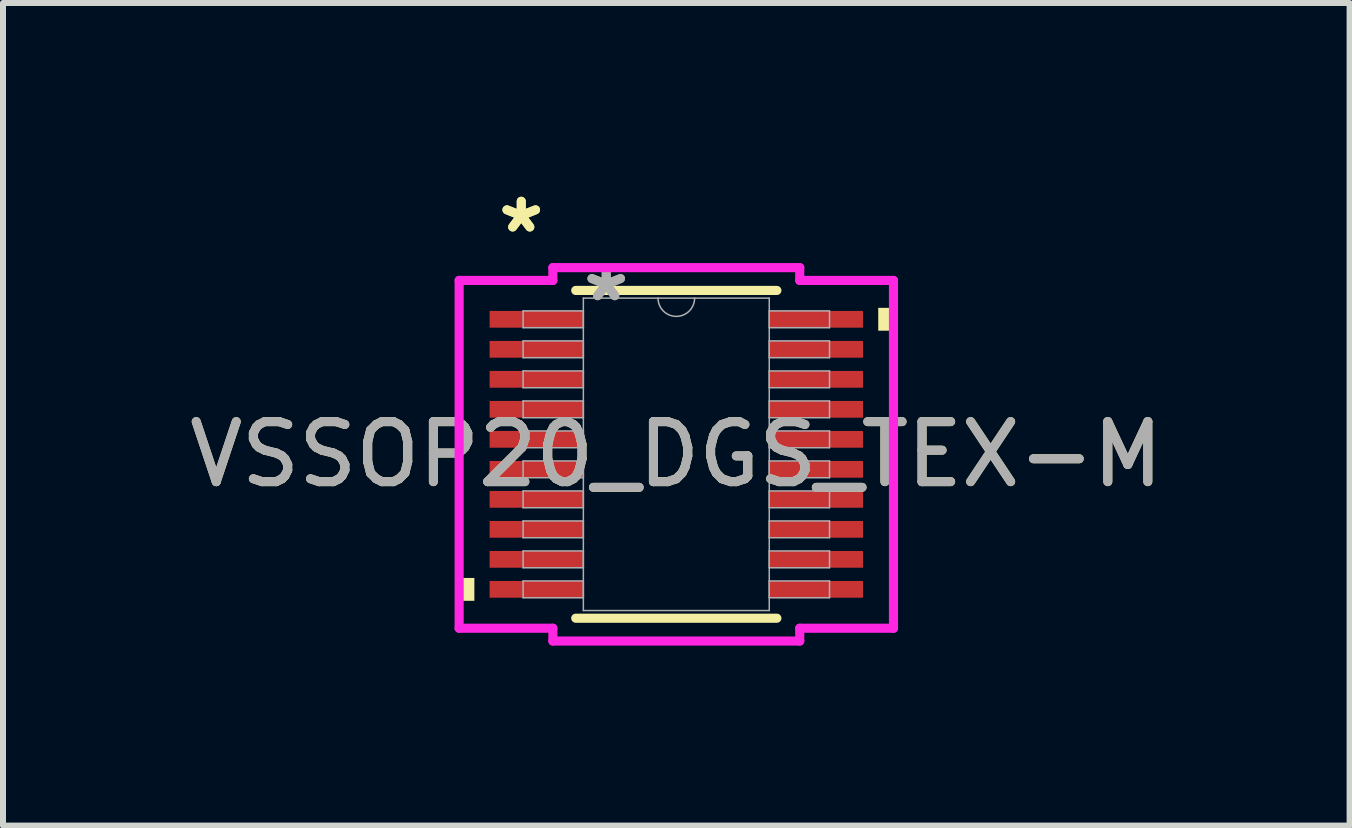
<source format=kicad_pcb>
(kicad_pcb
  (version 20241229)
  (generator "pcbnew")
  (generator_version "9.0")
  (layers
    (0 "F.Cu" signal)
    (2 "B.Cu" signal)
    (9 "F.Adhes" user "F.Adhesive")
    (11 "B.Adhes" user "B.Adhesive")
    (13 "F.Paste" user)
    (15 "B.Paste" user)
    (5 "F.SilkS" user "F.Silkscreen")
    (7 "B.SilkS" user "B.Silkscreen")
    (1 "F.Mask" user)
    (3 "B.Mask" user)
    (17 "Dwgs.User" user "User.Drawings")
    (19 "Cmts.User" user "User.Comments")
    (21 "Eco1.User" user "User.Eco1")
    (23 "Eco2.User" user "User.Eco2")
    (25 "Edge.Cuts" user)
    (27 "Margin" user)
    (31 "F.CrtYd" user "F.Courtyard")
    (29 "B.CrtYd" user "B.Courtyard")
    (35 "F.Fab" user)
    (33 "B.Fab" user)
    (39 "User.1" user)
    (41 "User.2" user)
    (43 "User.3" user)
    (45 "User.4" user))
  (footprint "VSSOP20_DGS_TEX-M"
    (layer "F.Cu")
    (at 8.22 4.521)
    (property "Reference" "VSSOP20_DGS_TEX-M" (at 0 0 0) (unlocked yes) (layer "F.SilkS") (effects (font (size 1 1) (thickness 0.15))))
    (attr smd)
    (fp_line (start -1.676 2.731) (end 1.676 2.731) (stroke (width 0.152) (type solid)) (layer "F.SilkS"))
    (fp_line (start 1.676 -2.731) (end -1.676 -2.731) (stroke (width 0.152) (type solid)) (layer "F.SilkS"))
    (fp_poly (pts (xy -3.619 2.06) (xy -3.619 2.441) (xy -3.365 2.441) (xy -3.365 2.06)) (stroke (width 0) (type solid)) (fill yes) (layer "F.SilkS"))
    (fp_poly (pts (xy 3.619 -2.441) (xy 3.619 -2.06) (xy 3.365 -2.06) (xy 3.365 -2.441)) (stroke (width 0) (type solid)) (fill yes) (layer "F.SilkS"))
    (fp_line (start -3.619 -2.898) (end -2.057 -2.898) (stroke (width 0.152) (type solid)) (layer "F.CrtYd"))
    (fp_line (start -3.619 2.898) (end -3.619 -2.898) (stroke (width 0.152) (type solid)) (layer "F.CrtYd"))
    (fp_line (start -3.619 2.898) (end -2.057 2.898) (stroke (width 0.152) (type solid)) (layer "F.CrtYd"))
    (fp_line (start -2.057 -3.111) (end 2.057 -3.111) (stroke (width 0.152) (type solid)) (layer "F.CrtYd"))
    (fp_line (start -2.057 -2.898) (end -2.057 -3.111) (stroke (width 0.152) (type solid)) (layer "F.CrtYd"))
    (fp_line (start -2.057 3.111) (end -2.057 2.898) (stroke (width 0.152) (type solid)) (layer "F.CrtYd"))
    (fp_line (start 2.057 -3.111) (end 2.057 -2.898) (stroke (width 0.152) (type solid)) (layer "F.CrtYd"))
    (fp_line (start 2.057 2.898) (end 2.057 3.111) (stroke (width 0.152) (type solid)) (layer "F.CrtYd"))
    (fp_line (start 2.057 3.111) (end -2.057 3.111) (stroke (width 0.152) (type solid)) (layer "F.CrtYd"))
    (fp_line (start 3.619 -2.898) (end 2.057 -2.898) (stroke (width 0.152) (type solid)) (layer "F.CrtYd"))
    (fp_line (start 3.619 -2.898) (end 3.619 2.898) (stroke (width 0.152) (type solid)) (layer "F.CrtYd"))
    (fp_line (start 3.619 2.898) (end 2.057 2.898) (stroke (width 0.152) (type solid)) (layer "F.CrtYd"))
    (fp_line (start -2.553 -2.39) (end -2.553 -2.11) (stroke (width 0.025) (type solid)) (layer "F.Fab"))
    (fp_line (start -2.553 -2.11) (end -1.549 -2.11) (stroke (width 0.025) (type solid)) (layer "F.Fab"))
    (fp_line (start -2.553 -1.89) (end -2.553 -1.61) (stroke (width 0.025) (type solid)) (layer "F.Fab"))
    (fp_line (start -2.553 -1.61) (end -1.549 -1.61) (stroke (width 0.025) (type solid)) (layer "F.Fab"))
    (fp_line (start -2.553 -1.39) (end -2.553 -1.11) (stroke (width 0.025) (type solid)) (layer "F.Fab"))
    (fp_line (start -2.553 -1.11) (end -1.549 -1.11) (stroke (width 0.025) (type solid)) (layer "F.Fab"))
    (fp_line (start -2.553 -0.89) (end -2.553 -0.61) (stroke (width 0.025) (type solid)) (layer "F.Fab"))
    (fp_line (start -2.553 -0.61) (end -1.549 -0.61) (stroke (width 0.025) (type solid)) (layer "F.Fab"))
    (fp_line (start -2.553 -0.39) (end -2.553 -0.11) (stroke (width 0.025) (type solid)) (layer "F.Fab"))
    (fp_line (start -2.553 -0.11) (end -1.549 -0.11) (stroke (width 0.025) (type solid)) (layer "F.Fab"))
    (fp_line (start -2.553 0.11) (end -2.553 0.39) (stroke (width 0.025) (type solid)) (layer "F.Fab"))
    (fp_line (start -2.553 0.39) (end -1.549 0.39) (stroke (width 0.025) (type solid)) (layer "F.Fab"))
    (fp_line (start -2.553 0.61) (end -2.553 0.89) (stroke (width 0.025) (type solid)) (layer "F.Fab"))
    (fp_line (start -2.553 0.89) (end -1.549 0.89) (stroke (width 0.025) (type solid)) (layer "F.Fab"))
    (fp_line (start -2.553 1.11) (end -2.553 1.39) (stroke (width 0.025) (type solid)) (layer "F.Fab"))
    (fp_line (start -2.553 1.39) (end -1.549 1.39) (stroke (width 0.025) (type solid)) (layer "F.Fab"))
    (fp_line (start -2.553 1.61) (end -2.553 1.89) (stroke (width 0.025) (type solid)) (layer "F.Fab"))
    (fp_line (start -2.553 1.89) (end -1.549 1.89) (stroke (width 0.025) (type solid)) (layer "F.Fab"))
    (fp_line (start -2.553 2.11) (end -2.553 2.39) (stroke (width 0.025) (type solid)) (layer "F.Fab"))
    (fp_line (start -2.553 2.39) (end -1.549 2.39) (stroke (width 0.025) (type solid)) (layer "F.Fab"))
    (fp_line (start -1.549 -2.603) (end -1.549 2.603) (stroke (width 0.025) (type solid)) (layer "F.Fab"))
    (fp_line (start -1.549 -2.39) (end -2.553 -2.39) (stroke (width 0.025) (type solid)) (layer "F.Fab"))
    (fp_line (start -1.549 -2.11) (end -1.549 -2.39) (stroke (width 0.025) (type solid)) (layer "F.Fab"))
    (fp_line (start -1.549 -1.89) (end -2.553 -1.89) (stroke (width 0.025) (type solid)) (layer "F.Fab"))
    (fp_line (start -1.549 -1.61) (end -1.549 -1.89) (stroke (width 0.025) (type solid)) (layer "F.Fab"))
    (fp_line (start -1.549 -1.39) (end -2.553 -1.39) (stroke (width 0.025) (type solid)) (layer "F.Fab"))
    (fp_line (start -1.549 -1.11) (end -1.549 -1.39) (stroke (width 0.025) (type solid)) (layer "F.Fab"))
    (fp_line (start -1.549 -0.89) (end -2.553 -0.89) (stroke (width 0.025) (type solid)) (layer "F.Fab"))
    (fp_line (start -1.549 -0.61) (end -1.549 -0.89) (stroke (width 0.025) (type solid)) (layer "F.Fab"))
    (fp_line (start -1.549 -0.39) (end -2.553 -0.39) (stroke (width 0.025) (type solid)) (layer "F.Fab"))
    (fp_line (start -1.549 -0.11) (end -1.549 -0.39) (stroke (width 0.025) (type solid)) (layer "F.Fab"))
    (fp_line (start -1.549 0.11) (end -2.553 0.11) (stroke (width 0.025) (type solid)) (layer "F.Fab"))
    (fp_line (start -1.549 0.39) (end -1.549 0.11) (stroke (width 0.025) (type solid)) (layer "F.Fab"))
    (fp_line (start -1.549 0.61) (end -2.553 0.61) (stroke (width 0.025) (type solid)) (layer "F.Fab"))
    (fp_line (start -1.549 0.89) (end -1.549 0.61) (stroke (width 0.025) (type solid)) (layer "F.Fab"))
    (fp_line (start -1.549 1.11) (end -2.553 1.11) (stroke (width 0.025) (type solid)) (layer "F.Fab"))
    (fp_line (start -1.549 1.39) (end -1.549 1.11) (stroke (width 0.025) (type solid)) (layer "F.Fab"))
    (fp_line (start -1.549 1.61) (end -2.553 1.61) (stroke (width 0.025) (type solid)) (layer "F.Fab"))
    (fp_line (start -1.549 1.89) (end -1.549 1.61) (stroke (width 0.025) (type solid)) (layer "F.Fab"))
    (fp_line (start -1.549 2.11) (end -2.553 2.11) (stroke (width 0.025) (type solid)) (layer "F.Fab"))
    (fp_line (start -1.549 2.39) (end -1.549 2.11) (stroke (width 0.025) (type solid)) (layer "F.Fab"))
    (fp_line (start -1.549 2.603) (end 1.549 2.603) (stroke (width 0.025) (type solid)) (layer "F.Fab"))
    (fp_line (start 1.549 -2.603) (end -1.549 -2.603) (stroke (width 0.025) (type solid)) (layer "F.Fab"))
    (fp_line (start 1.549 -2.39) (end 1.549 -2.11) (stroke (width 0.025) (type solid)) (layer "F.Fab"))
    (fp_line (start 1.549 -2.11) (end 2.553 -2.11) (stroke (width 0.025) (type solid)) (layer "F.Fab"))
    (fp_line (start 1.549 -1.89) (end 1.549 -1.61) (stroke (width 0.025) (type solid)) (layer "F.Fab"))
    (fp_line (start 1.549 -1.61) (end 2.553 -1.61) (stroke (width 0.025) (type solid)) (layer "F.Fab"))
    (fp_line (start 1.549 -1.39) (end 1.549 -1.11) (stroke (width 0.025) (type solid)) (layer "F.Fab"))
    (fp_line (start 1.549 -1.11) (end 2.553 -1.11) (stroke (width 0.025) (type solid)) (layer "F.Fab"))
    (fp_line (start 1.549 -0.89) (end 1.549 -0.61) (stroke (width 0.025) (type solid)) (layer "F.Fab"))
    (fp_line (start 1.549 -0.61) (end 2.553 -0.61) (stroke (width 0.025) (type solid)) (layer "F.Fab"))
    (fp_line (start 1.549 -0.39) (end 1.549 -0.11) (stroke (width 0.025) (type solid)) (layer "F.Fab"))
    (fp_line (start 1.549 -0.11) (end 2.553 -0.11) (stroke (width 0.025) (type solid)) (layer "F.Fab"))
    (fp_line (start 1.549 0.11) (end 1.549 0.39) (stroke (width 0.025) (type solid)) (layer "F.Fab"))
    (fp_line (start 1.549 0.39) (end 2.553 0.39) (stroke (width 0.025) (type solid)) (layer "F.Fab"))
    (fp_line (start 1.549 0.61) (end 1.549 0.89) (stroke (width 0.025) (type solid)) (layer "F.Fab"))
    (fp_line (start 1.549 0.89) (end 2.553 0.89) (stroke (width 0.025) (type solid)) (layer "F.Fab"))
    (fp_line (start 1.549 1.11) (end 1.549 1.39) (stroke (width 0.025) (type solid)) (layer "F.Fab"))
    (fp_line (start 1.549 1.39) (end 2.553 1.39) (stroke (width 0.025) (type solid)) (layer "F.Fab"))
    (fp_line (start 1.549 1.61) (end 1.549 1.89) (stroke (width 0.025) (type solid)) (layer "F.Fab"))
    (fp_line (start 1.549 1.89) (end 2.553 1.89) (stroke (width 0.025) (type solid)) (layer "F.Fab"))
    (fp_line (start 1.549 2.11) (end 1.549 2.39) (stroke (width 0.025) (type solid)) (layer "F.Fab"))
    (fp_line (start 1.549 2.39) (end 2.553 2.39) (stroke (width 0.025) (type solid)) (layer "F.Fab"))
    (fp_line (start 1.549 2.603) (end 1.549 -2.603) (stroke (width 0.025) (type solid)) (layer "F.Fab"))
    (fp_line (start 2.553 -2.39) (end 1.549 -2.39) (stroke (width 0.025) (type solid)) (layer "F.Fab"))
    (fp_line (start 2.553 -2.11) (end 2.553 -2.39) (stroke (width 0.025) (type solid)) (layer "F.Fab"))
    (fp_line (start 2.553 -1.89) (end 1.549 -1.89) (stroke (width 0.025) (type solid)) (layer "F.Fab"))
    (fp_line (start 2.553 -1.61) (end 2.553 -1.89) (stroke (width 0.025) (type solid)) (layer "F.Fab"))
    (fp_line (start 2.553 -1.39) (end 1.549 -1.39) (stroke (width 0.025) (type solid)) (layer "F.Fab"))
    (fp_line (start 2.553 -1.11) (end 2.553 -1.39) (stroke (width 0.025) (type solid)) (layer "F.Fab"))
    (fp_line (start 2.553 -0.89) (end 1.549 -0.89) (stroke (width 0.025) (type solid)) (layer "F.Fab"))
    (fp_line (start 2.553 -0.61) (end 2.553 -0.89) (stroke (width 0.025) (type solid)) (layer "F.Fab"))
    (fp_line (start 2.553 -0.39) (end 1.549 -0.39) (stroke (width 0.025) (type solid)) (layer "F.Fab"))
    (fp_line (start 2.553 -0.11) (end 2.553 -0.39) (stroke (width 0.025) (type solid)) (layer "F.Fab"))
    (fp_line (start 2.553 0.11) (end 1.549 0.11) (stroke (width 0.025) (type solid)) (layer "F.Fab"))
    (fp_line (start 2.553 0.39) (end 2.553 0.11) (stroke (width 0.025) (type solid)) (layer "F.Fab"))
    (fp_line (start 2.553 0.61) (end 1.549 0.61) (stroke (width 0.025) (type solid)) (layer "F.Fab"))
    (fp_line (start 2.553 0.89) (end 2.553 0.61) (stroke (width 0.025) (type solid)) (layer "F.Fab"))
    (fp_line (start 2.553 1.11) (end 1.549 1.11) (stroke (width 0.025) (type solid)) (layer "F.Fab"))
    (fp_line (start 2.553 1.39) (end 2.553 1.11) (stroke (width 0.025) (type solid)) (layer "F.Fab"))
    (fp_line (start 2.553 1.61) (end 1.549 1.61) (stroke (width 0.025) (type solid)) (layer "F.Fab"))
    (fp_line (start 2.553 1.89) (end 2.553 1.61) (stroke (width 0.025) (type solid)) (layer "F.Fab"))
    (fp_line (start 2.553 2.11) (end 1.549 2.11) (stroke (width 0.025) (type solid)) (layer "F.Fab"))
    (fp_line (start 2.553 2.39) (end 2.553 2.11) (stroke (width 0.025) (type solid)) (layer "F.Fab"))
    (fp_arc (start 0.3048 -2.6035) (mid 0 -2.2987) (end -0.3048 -2.6035) (stroke (width 0.0254) (type solid)) (layer "F.Fab"))
    (fp_text user "*" (at -2.584 -3.672 0) (unlocked yes) (layer "F.SilkS") (effects (font (size 1 1) (thickness 0.15))))
    (fp_text user "*" (at -2.584 -3.672 0) (layer "F.SilkS") (effects (font (size 1 1) (thickness 0.15))))
    (fp_text user "${REFERENCE}" (at 0 0 0) (unlocked yes) (layer "F.Fab") (effects (font (size 1 1) (thickness 0.15))))
    (fp_text user "*" (at -1.168 -2.527 0) (layer "F.Fab") (effects (font (size 1 1) (thickness 0.15))))
    (fp_text user "*" (at -1.168 -2.527 0) (unlocked yes) (layer "F.Fab") (effects (font (size 1 1) (thickness 0.15))))
    (pad "1" smd rect (at -2.33 -2.25) (size 1.562 0.279) (layers "F.Cu" "F.Mask" "F.Paste"))
    (pad "2" smd rect (at -2.33 -1.75) (size 1.562 0.279) (layers "F.Cu" "F.Mask" "F.Paste"))
    (pad "3" smd rect (at -2.33 -1.25) (size 1.562 0.279) (layers "F.Cu" "F.Mask" "F.Paste"))
    (pad "4" smd rect (at -2.33 -0.75) (size 1.562 0.279) (layers "F.Cu" "F.Mask" "F.Paste"))
    (pad "5" smd rect (at -2.33 -0.25) (size 1.562 0.279) (layers "F.Cu" "F.Mask" "F.Paste"))
    (pad "6" smd rect (at -2.33 0.25) (size 1.562 0.279) (layers "F.Cu" "F.Mask" "F.Paste"))
    (pad "7" smd rect (at -2.33 0.75) (size 1.562 0.279) (layers "F.Cu" "F.Mask" "F.Paste"))
    (pad "8" smd rect (at -2.33 1.25) (size 1.562 0.279) (layers "F.Cu" "F.Mask" "F.Paste"))
    (pad "9" smd rect (at -2.33 1.75) (size 1.562 0.279) (layers "F.Cu" "F.Mask" "F.Paste"))
    (pad "10" smd rect (at -2.33 2.25) (size 1.562 0.279) (layers "F.Cu" "F.Mask" "F.Paste"))
    (pad "11" smd rect (at 2.33 2.25) (size 1.562 0.279) (layers "F.Cu" "F.Mask" "F.Paste"))
    (pad "12" smd rect (at 2.33 1.75) (size 1.562 0.279) (layers "F.Cu" "F.Mask" "F.Paste"))
    (pad "13" smd rect (at 2.33 1.25) (size 1.562 0.279) (layers "F.Cu" "F.Mask" "F.Paste"))
    (pad "14" smd rect (at 2.33 0.75) (size 1.562 0.279) (layers "F.Cu" "F.Mask" "F.Paste"))
    (pad "15" smd rect (at 2.33 0.25) (size 1.562 0.279) (layers "F.Cu" "F.Mask" "F.Paste"))
    (pad "16" smd rect (at 2.33 -0.25) (size 1.562 0.279) (layers "F.Cu" "F.Mask" "F.Paste"))
    (pad "17" smd rect (at 2.33 -0.75) (size 1.562 0.279) (layers "F.Cu" "F.Mask" "F.Paste"))
    (pad "18" smd rect (at 2.33 -1.25) (size 1.562 0.279) (layers "F.Cu" "F.Mask" "F.Paste"))
    (pad "19" smd rect (at 2.33 -1.75) (size 1.562 0.279) (layers "F.Cu" "F.Mask" "F.Paste"))
    (pad "20" smd rect (at 2.33 -2.25) (size 1.562 0.279) (layers "F.Cu" "F.Mask" "F.Paste")))
  (gr_rect
    (start -3 -3)
    (end 19.44 10.708)
    (stroke (width 0.1) (type default))
    (fill no)
    (layer "Edge.Cuts")))
</source>
